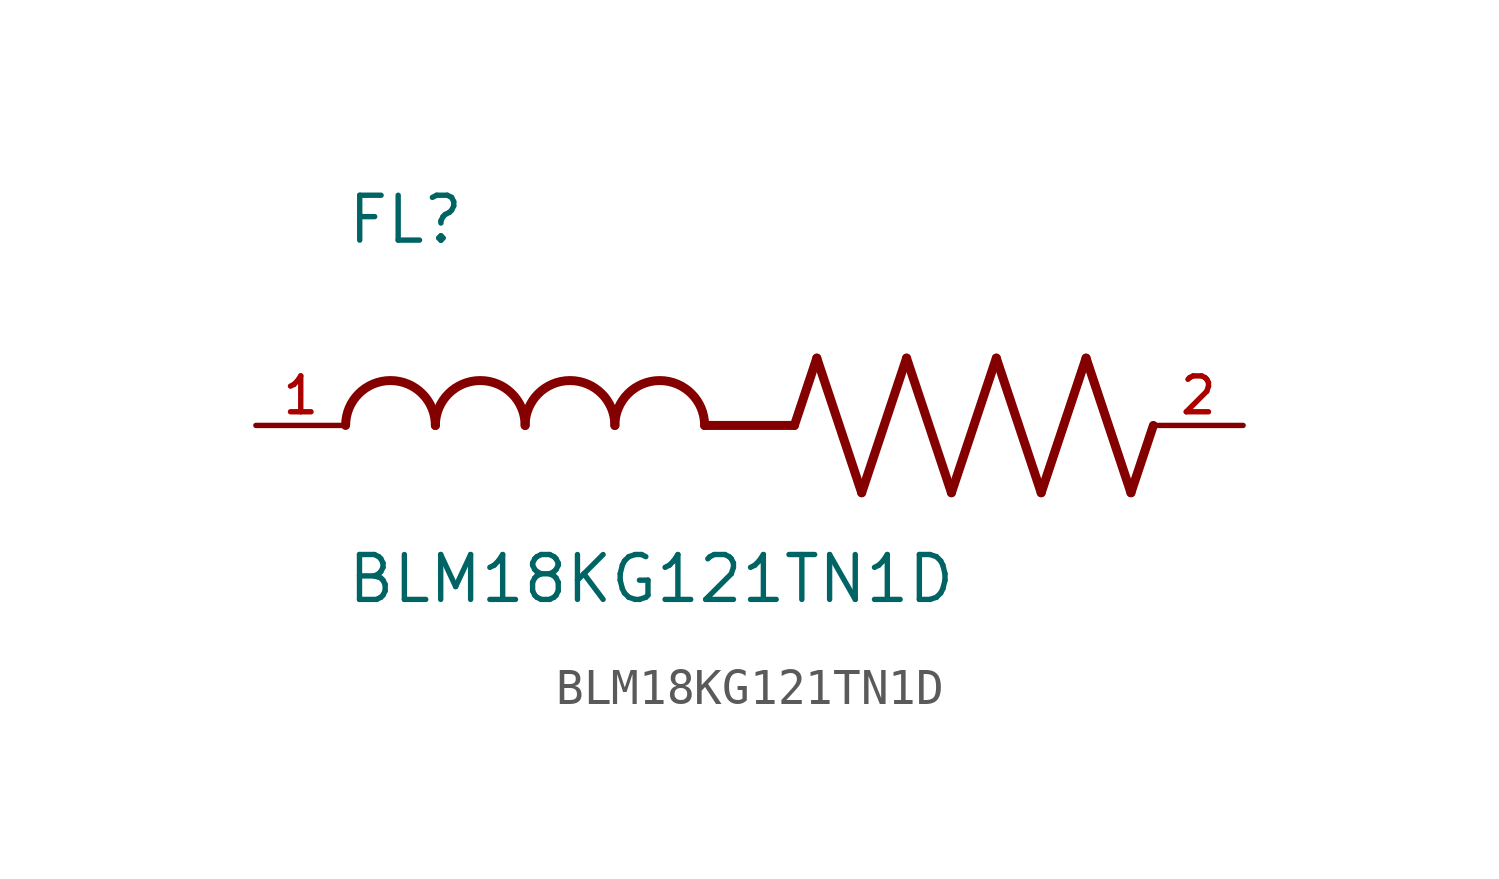
<source format=kicad_sym>
(kicad_symbol_lib
  (version 20211014)
  (generator kicad_symbol_editor)
  (symbol "BLM18KG121TN1D"
    (pin_names
      (offset 1.016))
    (property "Reference" "FL"
      (at -12.704 5.081 0)
      (effects (font (size 1.27 1.27)) (justify bottom left)))
    (property "Value" "BLM18KG121TN1D"
      (at -12.71 -5.087 0)
      (effects (font (size 1.27 1.27)) (justify bottom left)))
    (symbol "BLM18KG121TN1D_0_0"
      (polyline (pts (xy 0.0 0.0) (xy 0.635 1.905)) (stroke (width 0.254)))
      (polyline (pts (xy 0.635 1.905) (xy 1.905 -1.905)) (stroke (width 0.254)))
      (polyline (pts (xy 1.905 -1.905) (xy 3.175 1.905)) (stroke (width 0.254)))
      (polyline (pts (xy 3.175 1.905) (xy 4.445 -1.905)) (stroke (width 0.254)))
      (polyline (pts (xy 4.445 -1.905) (xy 5.715 1.905)) (stroke (width 0.254)))
      (polyline (pts (xy 5.715 1.905) (xy 6.985 -1.905)) (stroke (width 0.254)))
      (polyline (pts (xy 6.985 -1.905) (xy 8.255 1.905)) (stroke (width 0.254)))
      (polyline (pts (xy 8.255 1.905) (xy 9.525 -1.905)) (stroke (width 0.254)))
      (polyline (pts (xy 9.525 -1.905) (xy 10.16 0.0)) (stroke (width 0.254)))
      (arc (start -10.16 0.0) (mid -11.43 1.27) (end -12.7 0.0) (stroke (width 0.254) (type default) (color 0 0 0 0)) (fill (type none)))
      (arc (start -7.62 0.0) (mid -8.89 1.27) (end -10.16 0.0) (stroke (width 0.254) (type default) (color 0 0 0 0)) (fill (type none)))
      (arc (start -5.08 0.0) (mid -6.35 1.27) (end -7.62 0.0) (stroke (width 0.254) (type default) (color 0 0 0 0)) (fill (type none)))
      (arc (start -2.54 0.0) (mid -3.81 1.27) (end -5.08 0.0) (stroke (width 0.254) (type default) (color 0 0 0 0)) (fill (type none)))
      (polyline (pts (xy 0.0 0.0) (xy -2.54 0.0)) (stroke (width 0.254)))
      (pin passive line (at 12.7 0.0 180.0) (length 2.54) (name "~" (effects (font (size 1.016 1.016)))) (number "2" (effects (font (size 1.016 1.016)))))
      (pin passive line (at -15.24 0.0 0) (length 2.54) (name "~" (effects (font (size 1.016 1.016)))) (number "1" (effects (font (size 1.016 1.016))))))))
</source>
